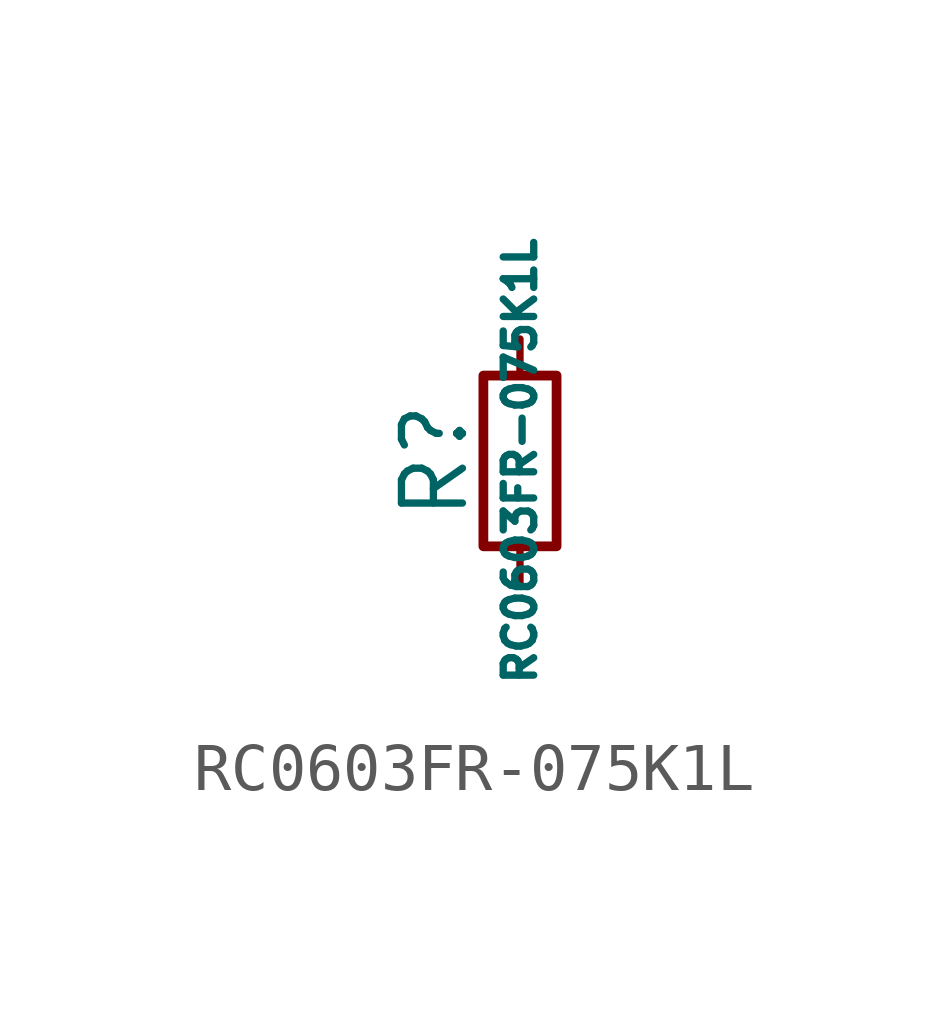
<source format=kicad_sym>
(kicad_symbol_lib
  (version 20220914)
  (generator kicad_symbol_editor)
  (symbol "RC0603FR-075K1L"
    (pin_numbers hide)
    (pin_names
      (offset 0.254) hide)
    (property "Reference" "R"
      (at -1.778 0 90)
      (effects (font (size 1.27 1.27))))
    (property "Value" "RC0603FR-075K1L"
      (at 0 0 90)
      (effects (font (size 0.635 0.635))))
    (symbol "RC0603FR-075K1L_0_1"
      (rectangle (start -0.762 1.778) (end 0.762 -1.778) (stroke (width 0.203) (type default)) (fill (type none))))
    (symbol "RC0603FR-075K1L_1_1"
      (pin passive line (at 0 2.54 270) (length 0.762) (name "~" (effects (font (size 1.27 1.27)))) (number "1" (effects (font (size 1.27 1.27)))))
      (pin passive line (at 0 -2.54 90) (length 0.762) (name "~" (effects (font (size 1.27 1.27)))) (number "2" (effects (font (size 1.27 1.27))))))))
</source>
